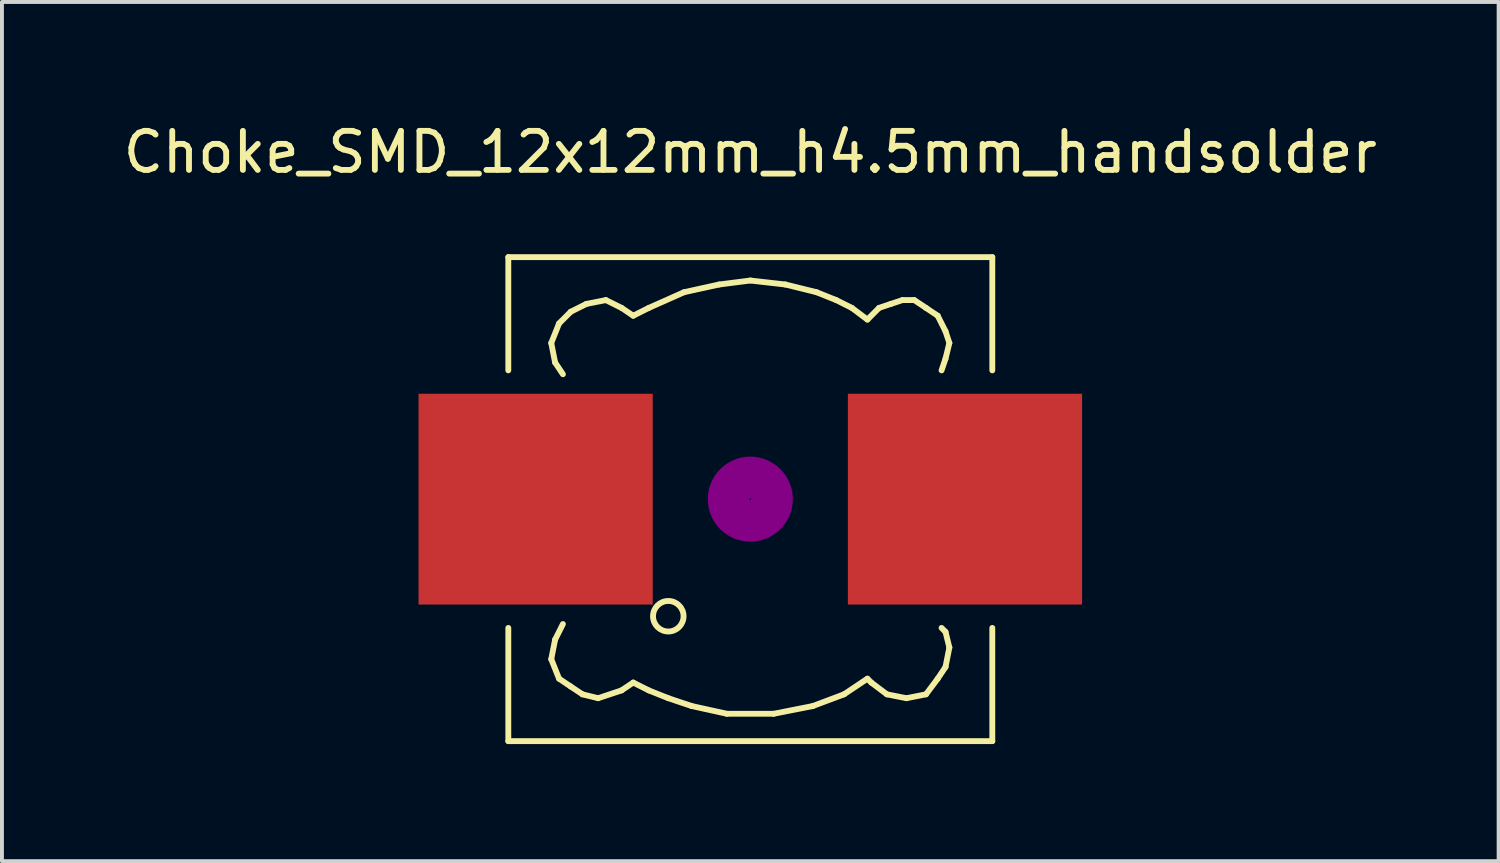
<source format=kicad_pcb>
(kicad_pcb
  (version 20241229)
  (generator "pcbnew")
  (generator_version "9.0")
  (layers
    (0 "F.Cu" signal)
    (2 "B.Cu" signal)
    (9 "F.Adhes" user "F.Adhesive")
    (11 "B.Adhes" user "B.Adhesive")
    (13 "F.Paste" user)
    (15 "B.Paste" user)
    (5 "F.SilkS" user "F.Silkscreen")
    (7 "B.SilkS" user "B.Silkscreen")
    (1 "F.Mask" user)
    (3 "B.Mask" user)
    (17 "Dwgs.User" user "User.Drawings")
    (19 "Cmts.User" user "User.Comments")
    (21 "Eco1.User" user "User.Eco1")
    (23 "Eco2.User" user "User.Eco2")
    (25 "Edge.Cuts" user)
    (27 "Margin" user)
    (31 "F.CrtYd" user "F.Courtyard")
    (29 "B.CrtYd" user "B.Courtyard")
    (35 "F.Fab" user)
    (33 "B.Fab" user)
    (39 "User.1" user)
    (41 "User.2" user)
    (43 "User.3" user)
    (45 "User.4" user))
  (footprint "Choke_SMD_12x12mm_h4.5mm_handsolder"
    (layer "F.Cu")
    (at 16.173 9.738)
    (property "Reference" "Choke_SMD_12x12mm_h4.5mm_handsolder" (at 0 -8.89 0) (layer "F.SilkS") (effects (font (size 1 1) (thickness 0.15))))
    (attr smd)
    (fp_line (start -6.2 -6.2) (end -6.2 -3.299) (stroke (width 0.15) (type solid)) (layer "F.SilkS"))
    (fp_line (start -6.2 3.299) (end -6.2 6.2) (stroke (width 0.15) (type solid)) (layer "F.SilkS"))
    (fp_line (start -6.2 6.2) (end 6.2 6.2) (stroke (width 0.15) (type solid)) (layer "F.SilkS"))
    (fp_line (start -5.1 -4) (end -5.001 -3.5) (stroke (width 0.15) (type solid)) (layer "F.SilkS"))
    (fp_line (start -5.1 4.1) (end -5.001 3.599) (stroke (width 0.15) (type solid)) (layer "F.SilkS"))
    (fp_line (start -5.001 -3.5) (end -4.801 -3.2) (stroke (width 0.15) (type solid)) (layer "F.SilkS"))
    (fp_line (start -5.001 3.599) (end -4.801 3.2) (stroke (width 0.15) (type solid)) (layer "F.SilkS"))
    (fp_line (start -4.9 -4.501) (end -5.1 -4) (stroke (width 0.15) (type solid)) (layer "F.SilkS"))
    (fp_line (start -4.9 4.6) (end -5.1 4.1) (stroke (width 0.15) (type solid)) (layer "F.SilkS"))
    (fp_line (start -4.6 -4.801) (end -4.9 -4.501) (stroke (width 0.15) (type solid)) (layer "F.SilkS"))
    (fp_line (start -4.6 4.801) (end -4.9 4.6) (stroke (width 0.15) (type solid)) (layer "F.SilkS"))
    (fp_line (start -4.3 5.001) (end -4.6 4.801) (stroke (width 0.15) (type solid)) (layer "F.SilkS"))
    (fp_line (start -4.201 -5.001) (end -4.6 -4.801) (stroke (width 0.15) (type solid)) (layer "F.SilkS"))
    (fp_line (start -3.899 5.1) (end -4.3 5.001) (stroke (width 0.15) (type solid)) (layer "F.SilkS"))
    (fp_line (start -3.701 -5.1) (end -4.201 -5.001) (stroke (width 0.15) (type solid)) (layer "F.SilkS"))
    (fp_line (start -3.299 -4.9) (end -3.701 -5.1) (stroke (width 0.15) (type solid)) (layer "F.SilkS"))
    (fp_line (start -3.299 4.9) (end -3.899 5.1) (stroke (width 0.15) (type solid)) (layer "F.SilkS"))
    (fp_line (start -3 -4.699) (end -3.299 -4.9) (stroke (width 0.15) (type solid)) (layer "F.SilkS"))
    (fp_line (start -3 4.699) (end -3.299 4.9) (stroke (width 0.15) (type solid)) (layer "F.SilkS"))
    (fp_line (start -2.601 -4.9) (end -3 -4.699) (stroke (width 0.15) (type solid)) (layer "F.SilkS"))
    (fp_line (start -2.601 4.9) (end -3 4.699) (stroke (width 0.15) (type solid)) (layer "F.SilkS"))
    (fp_line (start -2.101 5.1) (end -2.601 4.9) (stroke (width 0.15) (type solid)) (layer "F.SilkS"))
    (fp_line (start -1.699 -5.301) (end -2.601 -4.9) (stroke (width 0.15) (type solid)) (layer "F.SilkS"))
    (fp_line (start -1.501 5.301) (end -2.101 5.1) (stroke (width 0.15) (type solid)) (layer "F.SilkS"))
    (fp_line (start -0.8 -5.499) (end -1.699 -5.301) (stroke (width 0.15) (type solid)) (layer "F.SilkS"))
    (fp_line (start -0.599 5.499) (end -1.501 5.301) (stroke (width 0.15) (type solid)) (layer "F.SilkS"))
    (fp_line (start 0 -5.601) (end -0.8 -5.499) (stroke (width 0.15) (type solid)) (layer "F.SilkS"))
    (fp_line (start 0.599 5.499) (end -0.599 5.499) (stroke (width 0.15) (type solid)) (layer "F.SilkS"))
    (fp_line (start 0.899 -5.499) (end 0 -5.601) (stroke (width 0.15) (type solid)) (layer "F.SilkS"))
    (fp_line (start 1.6 5.301) (end 0.599 5.499) (stroke (width 0.15) (type solid)) (layer "F.SilkS"))
    (fp_line (start 1.699 -5.301) (end 0.899 -5.499) (stroke (width 0.15) (type solid)) (layer "F.SilkS"))
    (fp_line (start 2.2 -5.1) (end 1.699 -5.301) (stroke (width 0.15) (type solid)) (layer "F.SilkS"))
    (fp_line (start 2.4 5.001) (end 1.6 5.301) (stroke (width 0.15) (type solid)) (layer "F.SilkS"))
    (fp_line (start 2.601 -4.9) (end 2.2 -5.1) (stroke (width 0.15) (type solid)) (layer "F.SilkS"))
    (fp_line (start 3 -4.6) (end 2.601 -4.9) (stroke (width 0.15) (type solid)) (layer "F.SilkS"))
    (fp_line (start 3 4.6) (end 2.4 5.001) (stroke (width 0.15) (type solid)) (layer "F.SilkS"))
    (fp_line (start 3.099 4.699) (end 3 4.6) (stroke (width 0.15) (type solid)) (layer "F.SilkS"))
    (fp_line (start 3.299 -4.9) (end 3 -4.6) (stroke (width 0.15) (type solid)) (layer "F.SilkS"))
    (fp_line (start 3.5 5.001) (end 3.099 4.699) (stroke (width 0.15) (type solid)) (layer "F.SilkS"))
    (fp_line (start 3.599 -5.001) (end 3.299 -4.9) (stroke (width 0.15) (type solid)) (layer "F.SilkS"))
    (fp_line (start 3.899 -5.1) (end 3.599 -5.001) (stroke (width 0.15) (type solid)) (layer "F.SilkS"))
    (fp_line (start 4 5.1) (end 3.5 5.001) (stroke (width 0.15) (type solid)) (layer "F.SilkS"))
    (fp_line (start 4.201 -5.1) (end 3.899 -5.1) (stroke (width 0.15) (type solid)) (layer "F.SilkS"))
    (fp_line (start 4.501 -4.9) (end 4.201 -5.1) (stroke (width 0.15) (type solid)) (layer "F.SilkS"))
    (fp_line (start 4.501 5.001) (end 4 5.1) (stroke (width 0.15) (type solid)) (layer "F.SilkS"))
    (fp_line (start 4.801 -4.699) (end 4.501 -4.9) (stroke (width 0.15) (type solid)) (layer "F.SilkS"))
    (fp_line (start 4.801 4.6) (end 4.501 5.001) (stroke (width 0.15) (type solid)) (layer "F.SilkS"))
    (fp_line (start 4.9 -3.299) (end 5.001 -3.599) (stroke (width 0.15) (type solid)) (layer "F.SilkS"))
    (fp_line (start 4.9 3.299) (end 5.001 3.401) (stroke (width 0.15) (type solid)) (layer "F.SilkS"))
    (fp_line (start 5.001 -4.3) (end 4.801 -4.699) (stroke (width 0.15) (type solid)) (layer "F.SilkS"))
    (fp_line (start 5.001 -3.599) (end 5.1 -4) (stroke (width 0.15) (type solid)) (layer "F.SilkS"))
    (fp_line (start 5.001 3.401) (end 5.1 3.8) (stroke (width 0.15) (type solid)) (layer "F.SilkS"))
    (fp_line (start 5.001 4.3) (end 4.801 4.6) (stroke (width 0.15) (type solid)) (layer "F.SilkS"))
    (fp_line (start 5.1 -4) (end 5.001 -4.3) (stroke (width 0.15) (type solid)) (layer "F.SilkS"))
    (fp_line (start 5.1 3.8) (end 5.001 4.3) (stroke (width 0.15) (type solid)) (layer "F.SilkS"))
    (fp_line (start 6.2 -6.2) (end -6.2 -6.2) (stroke (width 0.15) (type solid)) (layer "F.SilkS"))
    (fp_line (start 6.2 -6.2) (end 6.2 -3.299) (stroke (width 0.15) (type solid)) (layer "F.SilkS"))
    (fp_line (start 6.2 6.2) (end 6.2 3.299) (stroke (width 0.15) (type solid)) (layer "F.SilkS"))
    (fp_circle (center -2.101 3) (end -1.801 3.251) (stroke (width 0.15) (type solid)) (fill no) (layer "F.SilkS"))
    (fp_circle (center 0 0) (end 0.15 0.15) (stroke (width 0.381) (type solid)) (fill no) (layer "F.Adhes"))
    (fp_circle (center 0 0) (end 0.551 0) (stroke (width 0.381) (type solid)) (fill no) (layer "F.Adhes"))
    (fp_circle (center 0 0) (end 0.899 0) (stroke (width 0.381) (type solid)) (fill no) (layer "F.Adhes"))
    (pad "1" smd rect (at -5.5 0) (size 6 5.4) (layers "F.Cu" "F.Mask" "F.Paste"))
    (pad "2" smd rect (at 5.5 0) (size 6 5.4) (layers "F.Cu" "F.Mask" "F.Paste")))
  (gr_rect
    (start -3 -3)
    (end 35.345 19.013)
    (stroke (width 0.1) (type default))
    (fill no)
    (layer "Edge.Cuts")))
</source>
